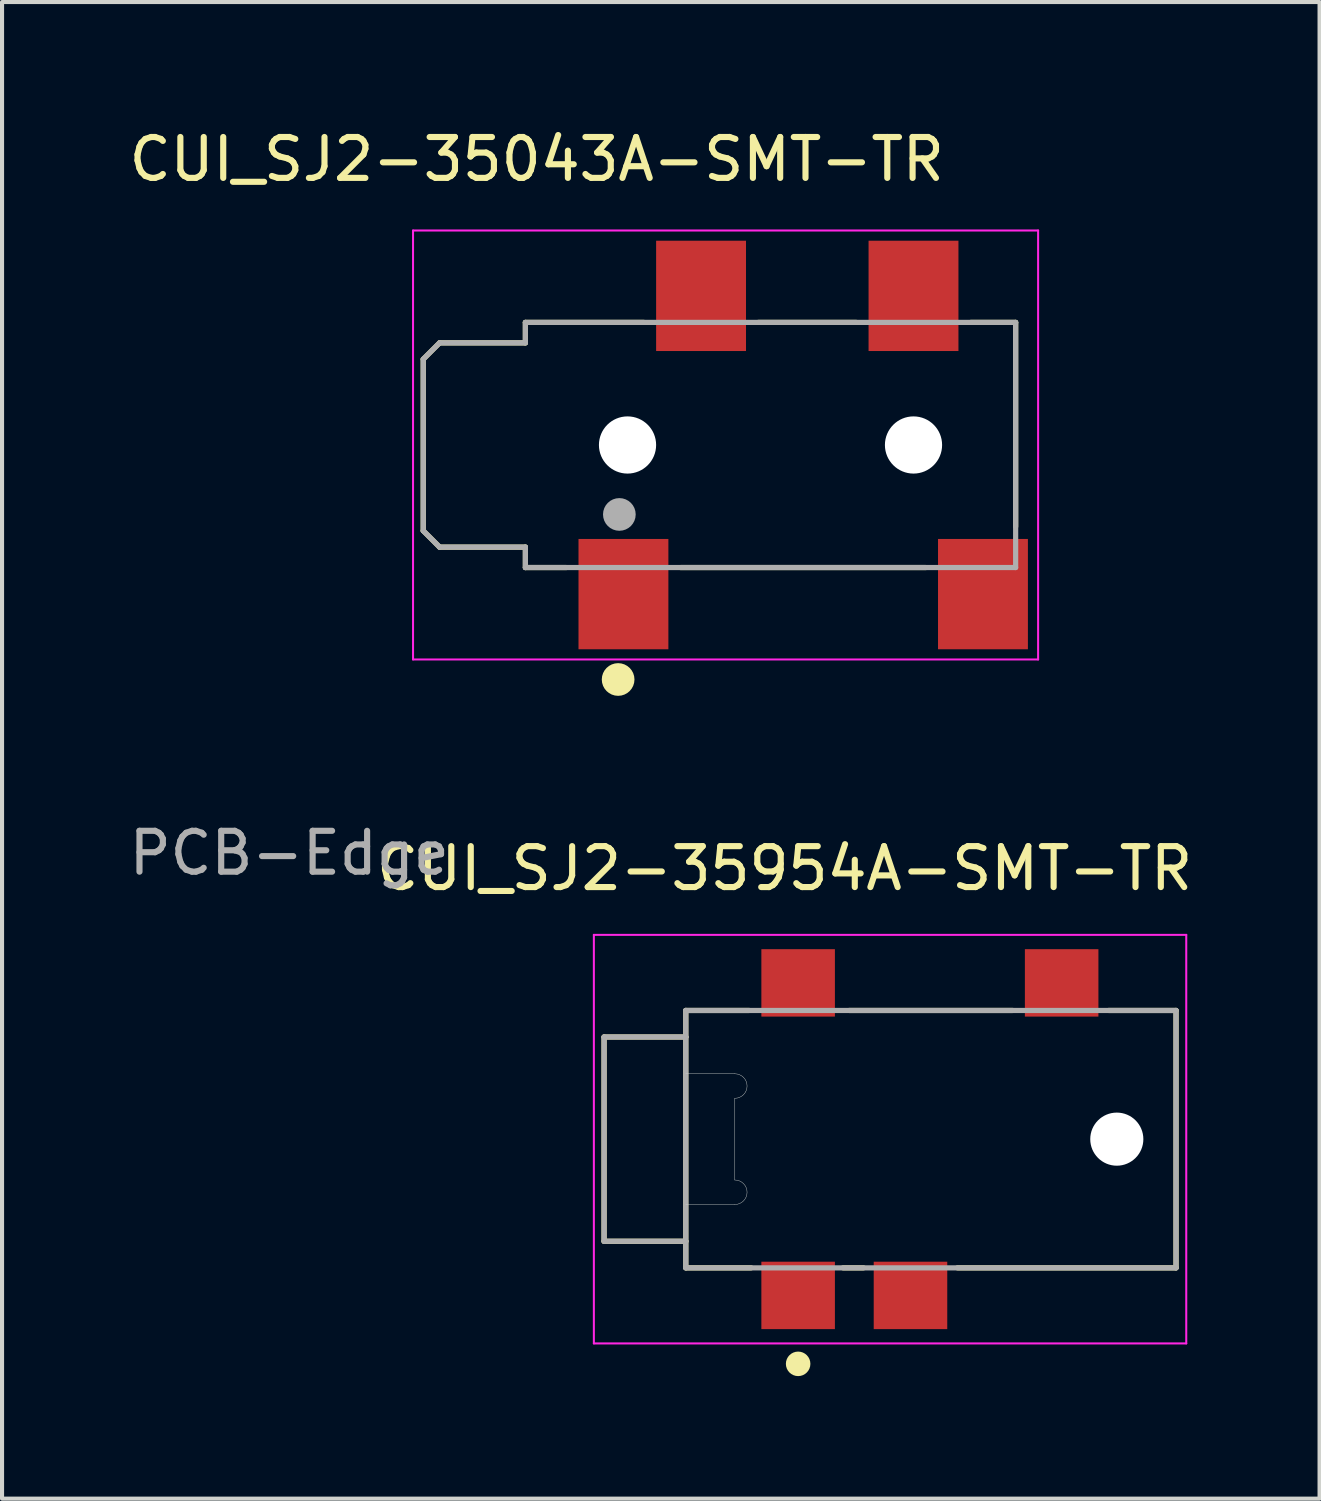
<source format=kicad_pcb>
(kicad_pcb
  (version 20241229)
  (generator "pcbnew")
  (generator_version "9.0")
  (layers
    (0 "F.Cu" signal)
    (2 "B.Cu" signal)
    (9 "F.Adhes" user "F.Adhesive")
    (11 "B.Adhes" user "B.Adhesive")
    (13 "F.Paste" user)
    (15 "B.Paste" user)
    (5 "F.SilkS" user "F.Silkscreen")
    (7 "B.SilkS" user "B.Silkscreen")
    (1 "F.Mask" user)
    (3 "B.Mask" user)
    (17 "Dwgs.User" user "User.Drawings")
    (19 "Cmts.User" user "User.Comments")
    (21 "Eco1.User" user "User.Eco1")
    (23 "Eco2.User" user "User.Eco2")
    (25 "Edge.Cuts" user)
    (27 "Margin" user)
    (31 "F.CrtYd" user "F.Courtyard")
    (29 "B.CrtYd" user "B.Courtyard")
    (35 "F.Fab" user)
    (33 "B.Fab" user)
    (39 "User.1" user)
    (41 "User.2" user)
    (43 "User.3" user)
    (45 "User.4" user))
  (footprint "CUI_SJ2-35043A-SMT-TR"
    (layer "F.Cu")
    (at 15.81 7.842)
    (property "Reference" "CUI_SJ2-35043A-SMT-TR" (at -5.722 -6.993 0) (layer "F.SilkS") (effects (font (size 1.001 1.001) (thickness 0.15))))
    (attr through_hole)
    (fp_line (start -8.5 -2.1) (end -8.5 2.1) (stroke (width 0.127) (type solid)) (layer "F.SilkS"))
    (fp_line (start -8.5 -2.1) (end -8.1 -2.5) (stroke (width 0.127) (type solid)) (layer "F.SilkS"))
    (fp_line (start -8.1 2.5) (end -8.5 2.1) (stroke (width 0.127) (type solid)) (layer "F.SilkS"))
    (fp_line (start -8.1 2.5) (end -6 2.5) (stroke (width 0.127) (type solid)) (layer "F.SilkS"))
    (fp_line (start -6 -3) (end -3.1 -3) (stroke (width 0.127) (type solid)) (layer "F.SilkS"))
    (fp_line (start -6 -2.5) (end -8.1 -2.5) (stroke (width 0.127) (type solid)) (layer "F.SilkS"))
    (fp_line (start -6 -2.5) (end -6 -3) (stroke (width 0.127) (type solid)) (layer "F.SilkS"))
    (fp_line (start -6 3) (end -6 2.5) (stroke (width 0.127) (type solid)) (layer "F.SilkS"))
    (fp_line (start -5 3) (end -6 3) (stroke (width 0.127) (type solid)) (layer "F.SilkS"))
    (fp_line (start -0.3 -3) (end 2.1 -3) (stroke (width 0.127) (type solid)) (layer "F.SilkS"))
    (fp_line (start 3.8 3) (end -2.2 3) (stroke (width 0.127) (type solid)) (layer "F.SilkS"))
    (fp_line (start 4.9 -3) (end 6 -3) (stroke (width 0.127) (type solid)) (layer "F.SilkS"))
    (fp_line (start 6 -3) (end 6 2) (stroke (width 0.127) (type solid)) (layer "F.SilkS"))
    (fp_circle (center -3.73 5.74) (end -3.53 5.74) (stroke (width 0.4) (type solid)) (fill no) (layer "F.SilkS"))
    (fp_line (start -8.75 -5.25) (end 6.55 -5.25) (stroke (width 0.05) (type solid)) (layer "F.CrtYd"))
    (fp_line (start -8.75 5.25) (end -8.75 -5.25) (stroke (width 0.05) (type solid)) (layer "F.CrtYd"))
    (fp_line (start 6.55 -5.25) (end 6.55 5.25) (stroke (width 0.05) (type solid)) (layer "F.CrtYd"))
    (fp_line (start 6.55 5.25) (end -8.75 5.25) (stroke (width 0.05) (type solid)) (layer "F.CrtYd"))
    (fp_line (start -8.5 -2.1) (end -8.5 2.1) (stroke (width 0.127) (type solid)) (layer "F.Fab"))
    (fp_line (start -8.5 -2.1) (end -8.1 -2.5) (stroke (width 0.127) (type solid)) (layer "F.Fab"))
    (fp_line (start -8.1 2.5) (end -8.5 2.1) (stroke (width 0.127) (type solid)) (layer "F.Fab"))
    (fp_line (start -8.1 2.5) (end -6 2.5) (stroke (width 0.127) (type solid)) (layer "F.Fab"))
    (fp_line (start -6 -3) (end 6 -3) (stroke (width 0.127) (type solid)) (layer "F.Fab"))
    (fp_line (start -6 -2.5) (end -8.1 -2.5) (stroke (width 0.127) (type solid)) (layer "F.Fab"))
    (fp_line (start -6 -2.5) (end -6 -3) (stroke (width 0.127) (type solid)) (layer "F.Fab"))
    (fp_line (start -6 3) (end -6 2.5) (stroke (width 0.127) (type solid)) (layer "F.Fab"))
    (fp_line (start 6 -3) (end 6 3) (stroke (width 0.127) (type solid)) (layer "F.Fab"))
    (fp_line (start 6 3) (end -6 3) (stroke (width 0.127) (type solid)) (layer "F.Fab"))
    (fp_circle (center -3.7 1.7) (end -3.5 1.7) (stroke (width 0.4) (type solid)) (fill no) (layer "F.Fab"))
    (pad "" np_thru_hole circle (at -3.5 0) (size 1.4 1.4) (drill 1.4) (layers "*.Cu" "*.Mask"))
    (pad "" np_thru_hole circle (at 3.5 0) (size 1.4 1.4) (drill 1.4) (layers "*.Cu" "*.Mask"))
    (pad "1" smd rect (at -3.6 3.65) (size 2.2 2.7) (layers "F.Cu" "F.Mask" "F.Paste"))
    (pad "2" smd rect (at 5.2 3.65) (size 2.2 2.7) (layers "F.Cu" "F.Mask" "F.Paste"))
    (pad "3" smd rect (at -1.7 -3.65) (size 2.2 2.7) (layers "F.Cu" "F.Mask" "F.Paste"))
    (pad "4" smd rect (at 3.5 -3.65) (size 2.2 2.7) (layers "F.Cu" "F.Mask" "F.Paste")))
  (footprint "CUI_SJ2-35954A-SMT-TR"
    (layer "F.Cu")
    (at 19.736 24.833)
    (property "Reference" "CUI_SJ2-35954A-SMT-TR" (at -3.581 -6.626 0) (layer "F.SilkS") (effects (font (size 1.002 1.002) (thickness 0.15))))
    (attr through_hole)
    (fp_line (start -8 -2.5) (end -8 2.5) (stroke (width 0.127) (type solid)) (layer "F.SilkS"))
    (fp_line (start -8 2.5) (end -6 2.5) (stroke (width 0.127) (type solid)) (layer "F.SilkS"))
    (fp_line (start -6 -3.15) (end -6 -2.5) (stroke (width 0.127) (type solid)) (layer "F.SilkS"))
    (fp_line (start -6 -2.5) (end -8 -2.5) (stroke (width 0.127) (type solid)) (layer "F.SilkS"))
    (fp_line (start -6 -2.5) (end -6 2.5) (stroke (width 0.127) (type solid)) (layer "F.SilkS"))
    (fp_line (start -6 2.5) (end -6 3.15) (stroke (width 0.127) (type solid)) (layer "F.SilkS"))
    (fp_line (start -6 3.15) (end -4.4 3.15) (stroke (width 0.127) (type solid)) (layer "F.SilkS"))
    (fp_line (start -4.45 -3.15) (end -6 -3.15) (stroke (width 0.127) (type solid)) (layer "F.SilkS"))
    (fp_line (start -2.15 3.15) (end -1.65 3.15) (stroke (width 0.127) (type solid)) (layer "F.SilkS"))
    (fp_line (start -2 -3.15) (end 2 -3.15) (stroke (width 0.127) (type solid)) (layer "F.SilkS"))
    (fp_line (start 0.65 3.15) (end 6 3.15) (stroke (width 0.127) (type solid)) (layer "F.SilkS"))
    (fp_line (start 6 -3.15) (end 4.35 -3.15) (stroke (width 0.127) (type solid)) (layer "F.SilkS"))
    (fp_line (start 6 3.15) (end 6 -3.15) (stroke (width 0.127) (type solid)) (layer "F.SilkS"))
    (fp_circle (center -3.25 5.5) (end -3.1 5.5) (stroke (width 0.3) (type solid)) (fill no) (layer "F.SilkS"))
    (fp_line (start -6 -1.6) (end -4.8 -1.6) (stroke (width 0.01) (type solid)) (layer "Edge.Cuts"))
    (fp_line (start -4.8 -1) (end -4.8 1) (stroke (width 0.01) (type solid)) (layer "Edge.Cuts"))
    (fp_line (start -4.8 1.6) (end -6 1.6) (stroke (width 0.01) (type solid)) (layer "Edge.Cuts"))
    (fp_arc (start -4.8 -1.6) (mid -4.5 -1.3) (end -4.8 -1) (stroke (width 0.01) (type solid)) (layer "Edge.Cuts"))
    (fp_arc (start -4.8 1) (mid -4.5 1.3) (end -4.8 1.6) (stroke (width 0.01) (type solid)) (layer "Edge.Cuts"))
    (fp_line (start -8.25 -5) (end 6.25 -5) (stroke (width 0.05) (type solid)) (layer "F.CrtYd"))
    (fp_line (start -8.25 5) (end -8.25 -5) (stroke (width 0.05) (type solid)) (layer "F.CrtYd"))
    (fp_line (start 6.25 -5) (end 6.25 5) (stroke (width 0.05) (type solid)) (layer "F.CrtYd"))
    (fp_line (start 6.25 5) (end -8.25 5) (stroke (width 0.05) (type solid)) (layer "F.CrtYd"))
    (fp_line (start -8 -2.5) (end -8 2.5) (stroke (width 0.127) (type solid)) (layer "F.Fab"))
    (fp_line (start -8 2.5) (end -6 2.5) (stroke (width 0.127) (type solid)) (layer "F.Fab"))
    (fp_line (start -6 -3.15) (end 6 -3.15) (stroke (width 0.127) (type solid)) (layer "F.Fab"))
    (fp_line (start -6 -2.5) (end -8 -2.5) (stroke (width 0.127) (type solid)) (layer "F.Fab"))
    (fp_line (start -6 -2.5) (end -6 -3.15) (stroke (width 0.127) (type solid)) (layer "F.Fab"))
    (fp_line (start -6 2.5) (end -6 -2.5) (stroke (width 0.127) (type solid)) (layer "F.Fab"))
    (fp_line (start -6 3.15) (end -6 2.5) (stroke (width 0.127) (type solid)) (layer "F.Fab"))
    (fp_line (start 6 -3.15) (end 6 3.15) (stroke (width 0.127) (type solid)) (layer "F.Fab"))
    (fp_line (start 6 3.15) (end -6 3.15) (stroke (width 0.127) (type solid)) (layer "F.Fab"))
    (fp_text user "PCB-Edge" (at -15.705 -7.002 0) (layer "F.Fab") (effects (font (size 1 1) (thickness 0.15))))
    (pad "" np_thru_hole circle (at 4.55 0) (size 1.3 1.3) (drill 1.3) (layers "*.Cu" "*.Mask"))
    (pad "1" smd rect (at -3.25 3.825) (size 1.8 1.65) (layers "F.Cu" "F.Mask" "F.Paste"))
    (pad "2" smd rect (at 3.2 -3.825) (size 1.8 1.65) (layers "F.Cu" "F.Mask" "F.Paste"))
    (pad "3" smd rect (at -0.5 3.825) (size 1.8 1.65) (layers "F.Cu" "F.Mask" "F.Paste"))
    (pad "4" smd rect (at -3.25 -3.825) (size 1.8 1.65) (layers "F.Cu" "F.Mask" "F.Paste")))
  (gr_rect
    (start -3 -3)
    (end 29.249 33.633)
    (stroke (width 0.1) (type default))
    (fill no)
    (layer "Edge.Cuts")))
</source>
